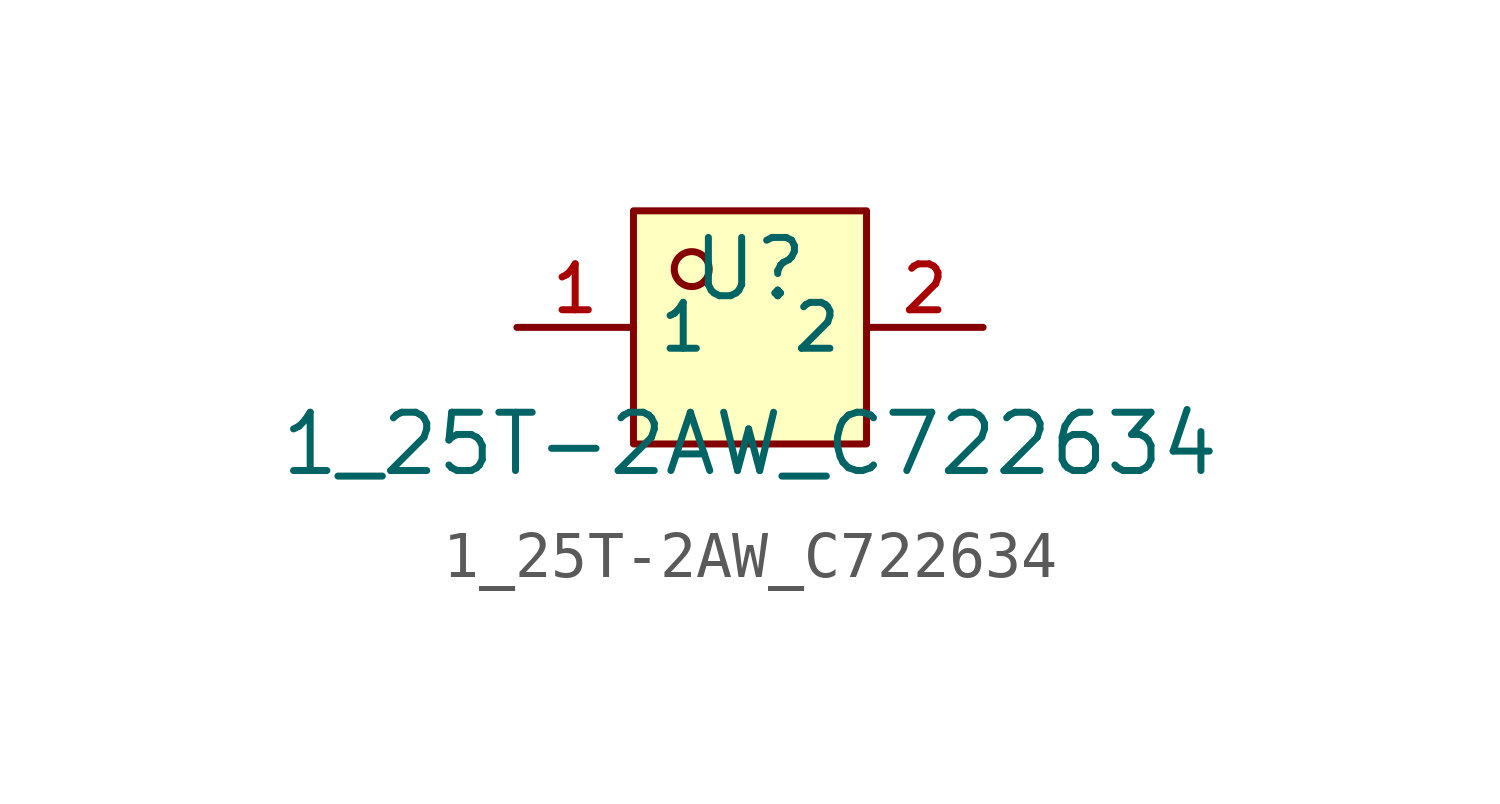
<source format=kicad_sym>
(kicad_symbol_lib
  (version 20210201)
  (generator TousstNicolas/JLC2KiCad_lib)
  (symbol "1_25T-2AW_C722634"
    (property "Reference" "U"
      (at 0 1.27 0)
      (effects (font (size 1.27 1.27))))
    (property "Value" "1_25T-2AW_C722634"
      (at 0 -2.54 0)
      (effects (font (size 1.27 1.27))))
    (symbol "1_25T-2AW_C722634_0_1"
      (rectangle (start -2.54 2.54) (end 2.54 -2.54) (stroke (width 0) (type default) (color 0 0 0 0)) (fill (type background)))
      (circle (center -1.27 1.27) (radius 0.381) (stroke (width 0) (type default) (color 0 0 0 0)) (fill (type background)))
      (pin unspecified line (at -5.08 -0.0 0) (length 2.54) (name "1" (effects (font (size 1 1)))) (number "1" (effects (font (size 1 1)))))
      (pin unspecified line (at 5.08 -0.0 180) (length 2.54) (name "2" (effects (font (size 1 1)))) (number "2" (effects (font (size 1 1))))))))
</source>
